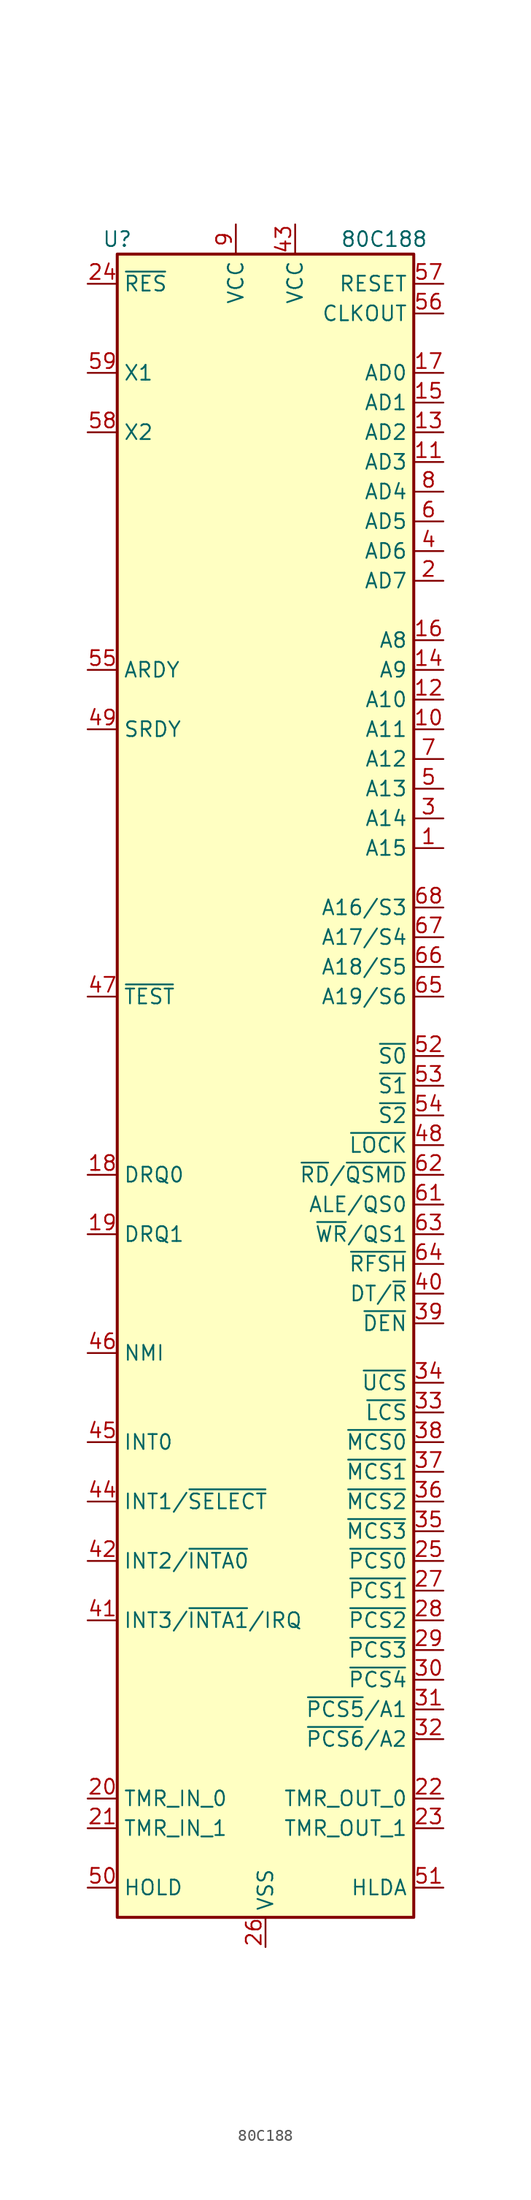
<source format=kicad_sym>
(kicad_symbol_lib
  (version 20231120)
  (generator "kicad_symbol_editor")
  (generator_version "8.0")
  (symbol "80C188"
    (property "Reference" "U"
      (at -12.7 72.39 0)
      (effects (font (size 1.27 1.27))))
    (property "Value" "80C188"
      (at 10.16 72.39 0)
      (effects (font (size 1.27 1.27))))
    (symbol "80C188_0_1"
      (rectangle (start 12.7 -71.12) (end -12.7 71.12) (stroke (width 0.254) (type default)) (fill (type background))))
    (symbol "80C188_1_1"
      (pin output line (at 15.24 20.32 180) (length 2.54) (name "A15" (effects (font (size 1.27 1.27)))) (number "1" (effects (font (size 1.27 1.27)))))
      (pin output line (at 15.24 30.48 180) (length 2.54) (name "A11" (effects (font (size 1.27 1.27)))) (number "10" (effects (font (size 1.27 1.27)))))
      (pin bidirectional line (at 15.24 53.34 180) (length 2.54) (name "AD3" (effects (font (size 1.27 1.27)))) (number "11" (effects (font (size 1.27 1.27)))))
      (pin output line (at 15.24 33.02 180) (length 2.54) (name "A10" (effects (font (size 1.27 1.27)))) (number "12" (effects (font (size 1.27 1.27)))))
      (pin bidirectional line (at 15.24 55.88 180) (length 2.54) (name "AD2" (effects (font (size 1.27 1.27)))) (number "13" (effects (font (size 1.27 1.27)))))
      (pin output line (at 15.24 35.56 180) (length 2.54) (name "A9" (effects (font (size 1.27 1.27)))) (number "14" (effects (font (size 1.27 1.27)))))
      (pin bidirectional line (at 15.24 58.42 180) (length 2.54) (name "AD1" (effects (font (size 1.27 1.27)))) (number "15" (effects (font (size 1.27 1.27)))))
      (pin output line (at 15.24 38.1 180) (length 2.54) (name "A8" (effects (font (size 1.27 1.27)))) (number "16" (effects (font (size 1.27 1.27)))))
      (pin bidirectional line (at 15.24 60.96 180) (length 2.54) (name "AD0" (effects (font (size 1.27 1.27)))) (number "17" (effects (font (size 1.27 1.27)))))
      (pin input line (at -15.24 -7.62 0) (length 2.54) (name "DRQ0" (effects (font (size 1.27 1.27)))) (number "18" (effects (font (size 1.27 1.27)))))
      (pin input line (at -15.24 -12.7 0) (length 2.54) (name "DRQ1" (effects (font (size 1.27 1.27)))) (number "19" (effects (font (size 1.27 1.27)))))
      (pin bidirectional line (at 15.24 43.18 180) (length 2.54) (name "AD7" (effects (font (size 1.27 1.27)))) (number "2" (effects (font (size 1.27 1.27)))))
      (pin input line (at -15.24 -60.96 0) (length 2.54) (name "TMR_IN_0" (effects (font (size 1.27 1.27)))) (number "20" (effects (font (size 1.27 1.27)))))
      (pin input line (at -15.24 -63.5 0) (length 2.54) (name "TMR_IN_1" (effects (font (size 1.27 1.27)))) (number "21" (effects (font (size 1.27 1.27)))))
      (pin output line (at 15.24 -60.96 180) (length 2.54) (name "TMR_OUT_0" (effects (font (size 1.27 1.27)))) (number "22" (effects (font (size 1.27 1.27)))))
      (pin output line (at 15.24 -63.5 180) (length 2.54) (name "TMR_OUT_1" (effects (font (size 1.27 1.27)))) (number "23" (effects (font (size 1.27 1.27)))))
      (pin input line (at -15.24 68.58 0) (length 2.54) (name "~{RES}" (effects (font (size 1.27 1.27)))) (number "24" (effects (font (size 1.27 1.27)))))
      (pin output line (at 15.24 -40.64 180) (length 2.54) (name "~{PCS0}" (effects (font (size 1.27 1.27)))) (number "25" (effects (font (size 1.27 1.27)))))
      (pin power_in line (at 0 -73.66 90) (length 2.54) (name "VSS" (effects (font (size 1.27 1.27)))) (number "26" (effects (font (size 1.27 1.27)))))
      (pin output line (at 15.24 -43.18 180) (length 2.54) (name "~{PCS1}" (effects (font (size 1.27 1.27)))) (number "27" (effects (font (size 1.27 1.27)))))
      (pin output line (at 15.24 -45.72 180) (length 2.54) (name "~{PCS2}" (effects (font (size 1.27 1.27)))) (number "28" (effects (font (size 1.27 1.27)))))
      (pin output line (at 15.24 -48.26 180) (length 2.54) (name "~{PCS3}" (effects (font (size 1.27 1.27)))) (number "29" (effects (font (size 1.27 1.27)))))
      (pin output line (at 15.24 22.86 180) (length 2.54) (name "A14" (effects (font (size 1.27 1.27)))) (number "3" (effects (font (size 1.27 1.27)))))
      (pin output line (at 15.24 -50.8 180) (length 2.54) (name "~{PCS4}" (effects (font (size 1.27 1.27)))) (number "30" (effects (font (size 1.27 1.27)))))
      (pin output line (at 15.24 -53.34 180) (length 2.54) (name "~{PCS5}/A1" (effects (font (size 1.27 1.27)))) (number "31" (effects (font (size 1.27 1.27)))))
      (pin output line (at 15.24 -55.88 180) (length 2.54) (name "~{PCS6}/A2" (effects (font (size 1.27 1.27)))) (number "32" (effects (font (size 1.27 1.27)))))
      (pin bidirectional line (at 15.24 -27.94 180) (length 2.54) (name "~{LCS}" (effects (font (size 1.27 1.27)))) (number "33" (effects (font (size 1.27 1.27)))))
      (pin bidirectional line (at 15.24 -25.4 180) (length 2.54) (name "~{UCS}" (effects (font (size 1.27 1.27)))) (number "34" (effects (font (size 1.27 1.27)))))
      (pin output line (at 15.24 -38.1 180) (length 2.54) (name "~{MCS3}" (effects (font (size 1.27 1.27)))) (number "35" (effects (font (size 1.27 1.27)))))
      (pin output line (at 15.24 -35.56 180) (length 2.54) (name "~{MCS2}" (effects (font (size 1.27 1.27)))) (number "36" (effects (font (size 1.27 1.27)))))
      (pin output line (at 15.24 -33.02 180) (length 2.54) (name "~{MCS1}" (effects (font (size 1.27 1.27)))) (number "37" (effects (font (size 1.27 1.27)))))
      (pin output line (at 15.24 -30.48 180) (length 2.54) (name "~{MCS0}" (effects (font (size 1.27 1.27)))) (number "38" (effects (font (size 1.27 1.27)))))
      (pin output line (at 15.24 -20.32 180) (length 2.54) (name "~{DEN}" (effects (font (size 1.27 1.27)))) (number "39" (effects (font (size 1.27 1.27)))))
      (pin bidirectional line (at 15.24 45.72 180) (length 2.54) (name "AD6" (effects (font (size 1.27 1.27)))) (number "4" (effects (font (size 1.27 1.27)))))
      (pin output line (at 15.24 -17.78 180) (length 2.54) (name "DT/~{R}" (effects (font (size 1.27 1.27)))) (number "40" (effects (font (size 1.27 1.27)))))
      (pin bidirectional line (at -15.24 -45.72 0) (length 2.54) (name "INT3/~{INTA1}/IRQ" (effects (font (size 1.27 1.27)))) (number "41" (effects (font (size 1.27 1.27)))))
      (pin bidirectional line (at -15.24 -40.64 0) (length 2.54) (name "INT2/~{INTA0}" (effects (font (size 1.27 1.27)))) (number "42" (effects (font (size 1.27 1.27)))))
      (pin power_in line (at 2.54 73.66 270) (length 2.54) (name "VCC" (effects (font (size 1.27 1.27)))) (number "43" (effects (font (size 1.27 1.27)))))
      (pin input line (at -15.24 -35.56 0) (length 2.54) (name "INT1/~{SELECT}" (effects (font (size 1.27 1.27)))) (number "44" (effects (font (size 1.27 1.27)))))
      (pin input line (at -15.24 -30.48 0) (length 2.54) (name "INT0" (effects (font (size 1.27 1.27)))) (number "45" (effects (font (size 1.27 1.27)))))
      (pin input line (at -15.24 -22.86 0) (length 2.54) (name "NMI" (effects (font (size 1.27 1.27)))) (number "46" (effects (font (size 1.27 1.27)))))
      (pin bidirectional line (at -15.24 7.62 0) (length 2.54) (name "~{TEST}" (effects (font (size 1.27 1.27)))) (number "47" (effects (font (size 1.27 1.27)))))
      (pin output line (at 15.24 -5.08 180) (length 2.54) (name "~{LOCK}" (effects (font (size 1.27 1.27)))) (number "48" (effects (font (size 1.27 1.27)))))
      (pin input line (at -15.24 30.48 0) (length 2.54) (name "SRDY" (effects (font (size 1.27 1.27)))) (number "49" (effects (font (size 1.27 1.27)))))
      (pin output line (at 15.24 25.4 180) (length 2.54) (name "A13" (effects (font (size 1.27 1.27)))) (number "5" (effects (font (size 1.27 1.27)))))
      (pin input line (at -15.24 -68.58 0) (length 2.54) (name "HOLD" (effects (font (size 1.27 1.27)))) (number "50" (effects (font (size 1.27 1.27)))))
      (pin output line (at 15.24 -68.58 180) (length 2.54) (name "HLDA" (effects (font (size 1.27 1.27)))) (number "51" (effects (font (size 1.27 1.27)))))
      (pin output line (at 15.24 2.54 180) (length 2.54) (name "~{S0}" (effects (font (size 1.27 1.27)))) (number "52" (effects (font (size 1.27 1.27)))))
      (pin output line (at 15.24 0 180) (length 2.54) (name "~{S1}" (effects (font (size 1.27 1.27)))) (number "53" (effects (font (size 1.27 1.27)))))
      (pin output line (at 15.24 -2.54 180) (length 2.54) (name "~{S2}" (effects (font (size 1.27 1.27)))) (number "54" (effects (font (size 1.27 1.27)))))
      (pin input line (at -15.24 35.56 0) (length 2.54) (name "ARDY" (effects (font (size 1.27 1.27)))) (number "55" (effects (font (size 1.27 1.27)))))
      (pin output line (at 15.24 66.04 180) (length 2.54) (name "CLKOUT" (effects (font (size 1.27 1.27)))) (number "56" (effects (font (size 1.27 1.27)))))
      (pin output line (at 15.24 68.58 180) (length 2.54) (name "RESET" (effects (font (size 1.27 1.27)))) (number "57" (effects (font (size 1.27 1.27)))))
      (pin output line (at -15.24 55.88 0) (length 2.54) (name "X2" (effects (font (size 1.27 1.27)))) (number "58" (effects (font (size 1.27 1.27)))))
      (pin input line (at -15.24 60.96 0) (length 2.54) (name "X1" (effects (font (size 1.27 1.27)))) (number "59" (effects (font (size 1.27 1.27)))))
      (pin bidirectional line (at 15.24 48.26 180) (length 2.54) (name "AD5" (effects (font (size 1.27 1.27)))) (number "6" (effects (font (size 1.27 1.27)))))
      (pin passive line (at 0 -73.66 90) (length 2.54) hide (name "VSS" (effects (font (size 1.27 1.27)))) (number "60" (effects (font (size 1.27 1.27)))))
      (pin output line (at 15.24 -10.16 180) (length 2.54) (name "ALE/QS0" (effects (font (size 1.27 1.27)))) (number "61" (effects (font (size 1.27 1.27)))))
      (pin bidirectional line (at 15.24 -7.62 180) (length 2.54) (name "~{RD}/~{QSMD}" (effects (font (size 1.27 1.27)))) (number "62" (effects (font (size 1.27 1.27)))))
      (pin output line (at 15.24 -12.7 180) (length 2.54) (name "~{WR}/QS1" (effects (font (size 1.27 1.27)))) (number "63" (effects (font (size 1.27 1.27)))))
      (pin output line (at 15.24 -15.24 180) (length 2.54) (name "~{RFSH}" (effects (font (size 1.27 1.27)))) (number "64" (effects (font (size 1.27 1.27)))))
      (pin output line (at 15.24 7.62 180) (length 2.54) (name "A19/S6" (effects (font (size 1.27 1.27)))) (number "65" (effects (font (size 1.27 1.27)))))
      (pin output line (at 15.24 10.16 180) (length 2.54) (name "A18/S5" (effects (font (size 1.27 1.27)))) (number "66" (effects (font (size 1.27 1.27)))))
      (pin output line (at 15.24 12.7 180) (length 2.54) (name "A17/S4" (effects (font (size 1.27 1.27)))) (number "67" (effects (font (size 1.27 1.27)))))
      (pin output line (at 15.24 15.24 180) (length 2.54) (name "A16/S3" (effects (font (size 1.27 1.27)))) (number "68" (effects (font (size 1.27 1.27)))))
      (pin output line (at 15.24 27.94 180) (length 2.54) (name "A12" (effects (font (size 1.27 1.27)))) (number "7" (effects (font (size 1.27 1.27)))))
      (pin bidirectional line (at 15.24 50.8 180) (length 2.54) (name "AD4" (effects (font (size 1.27 1.27)))) (number "8" (effects (font (size 1.27 1.27)))))
      (pin power_in line (at -2.54 73.66 270) (length 2.54) (name "VCC" (effects (font (size 1.27 1.27)))) (number "9" (effects (font (size 1.27 1.27))))))))
</source>
